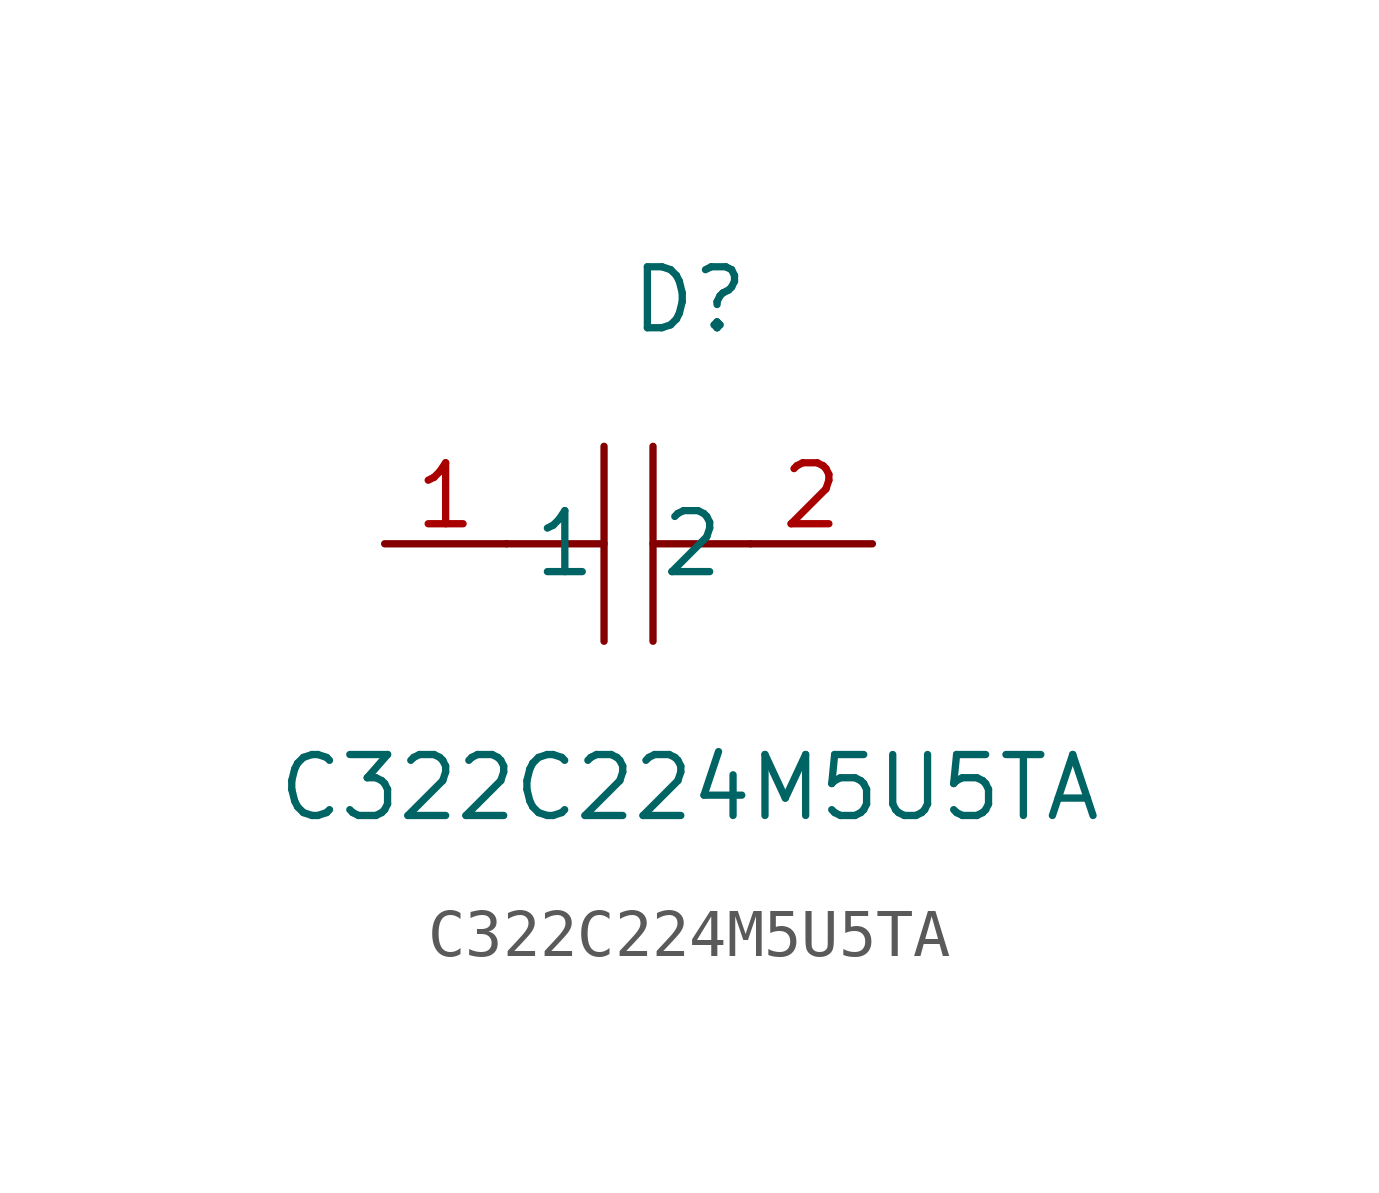
<source format=kicad_sym>
(kicad_symbol_lib
  (version 20211014)
  (generator https://github.com/uPesy/easyeda2kicad.py)
  (symbol "C322C224M5U5TA"
    (property "Reference" "D"
      (at 0 6.35 0)
      (effects (font (size 1.27 1.27))))
    (property "Value" "C322C224M5U5TA"
      (at 0 -3.81 0)
      (effects (font (size 1.27 1.27))))
    (symbol "C322C224M5U5TA_0_1"
      (polyline (pts (xy -1.78 -0.76) (xy -1.78 3.30)) (stroke (width 0) (type default) (color 0 0 0 0)) (fill (type none)))
      (polyline (pts (xy 1.27 1.27) (xy -0.76 1.27)) (stroke (width 0) (type default) (color 0 0 0 0)) (fill (type none)))
      (polyline (pts (xy -0.76 3.30) (xy -0.76 -0.76)) (stroke (width 0) (type default) (color 0 0 0 0)) (fill (type none)))
      (polyline (pts (xy -1.78 1.27) (xy -3.81 1.27)) (stroke (width 0) (type default) (color 0 0 0 0)) (fill (type none)))
      (pin unspecified line (at -6.35 1.27 0) (length 2.54) (name "1" (effects (font (size 1.27 1.27)))) (number "1" (effects (font (size 1.27 1.27)))))
      (pin unspecified line (at 3.81 1.27 180) (length 2.54) (name "2" (effects (font (size 1.27 1.27)))) (number "2" (effects (font (size 1.27 1.27))))))))
</source>
